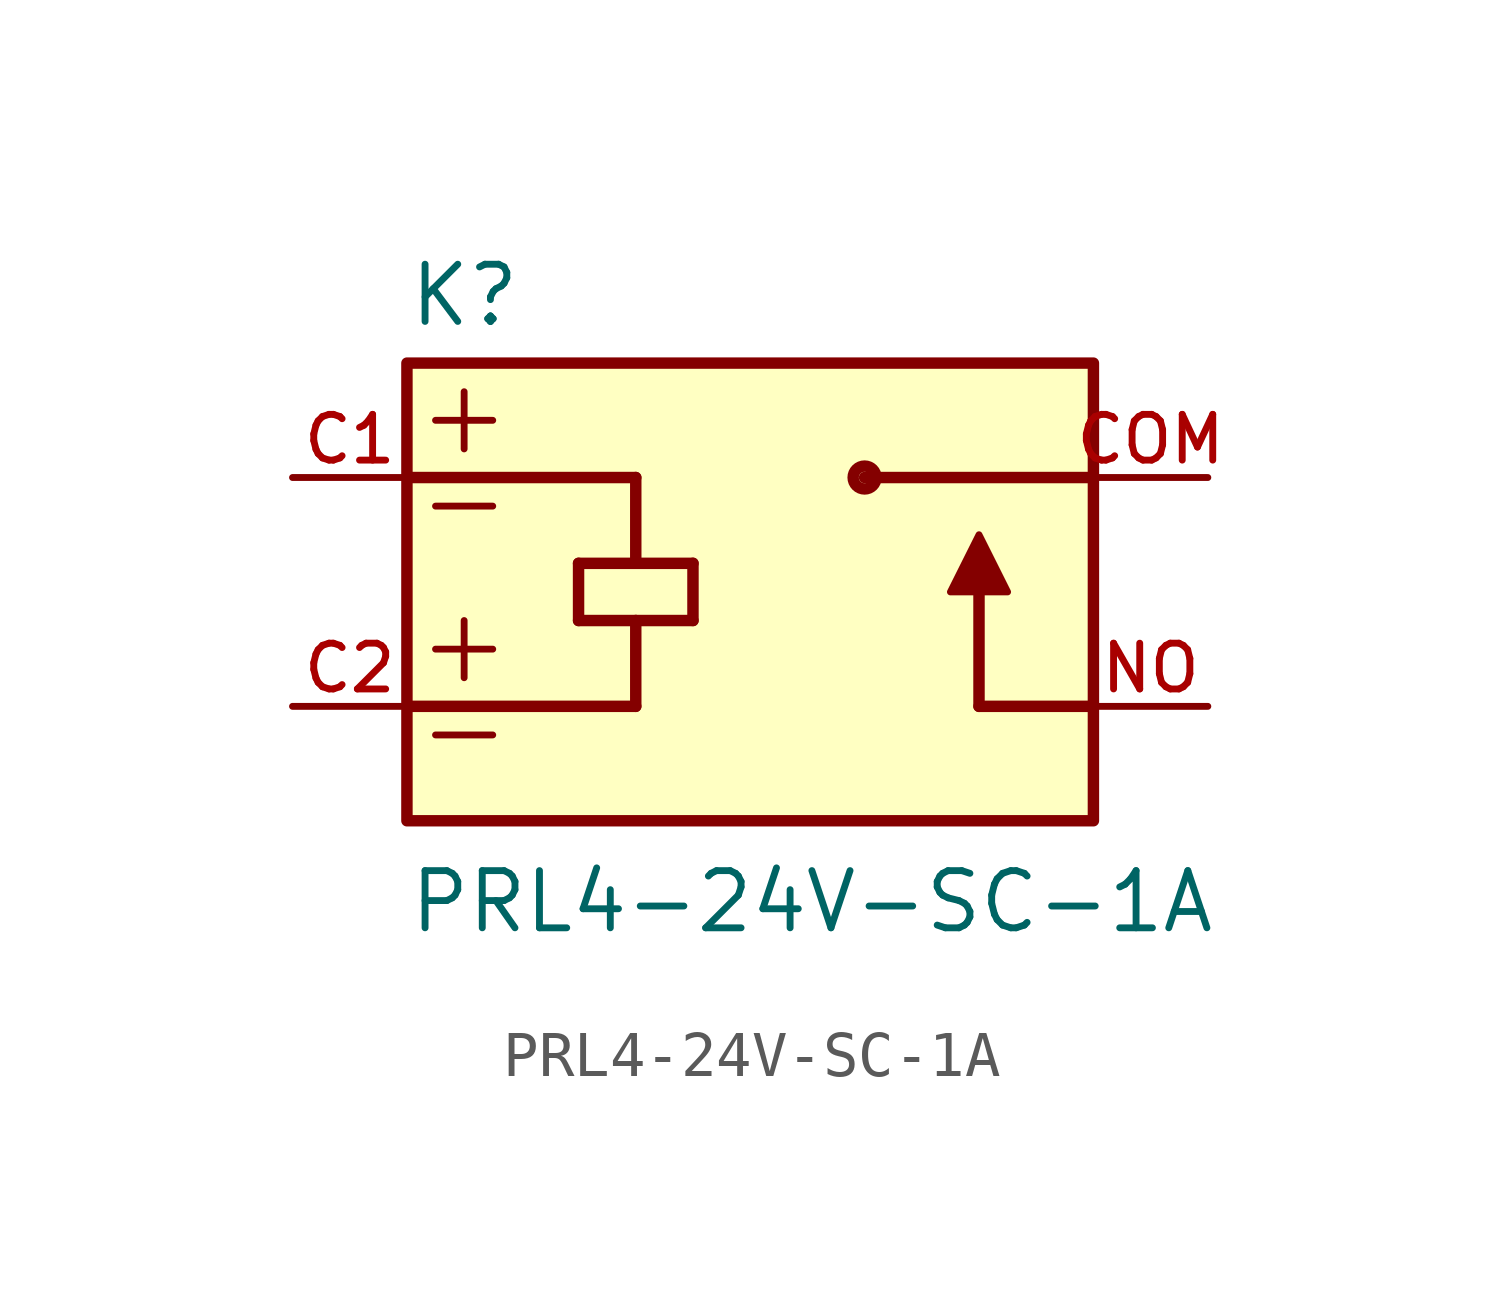
<source format=kicad_sym>
(kicad_symbol_lib
  (version 20211014)
  (generator kicad_symbol_editor)
  (symbol "PRL4-24V-SC-1A"
    (pin_names
      (offset 1.016))
    (property "Reference" "K"
      (at -7.62 5.842 0)
      (effects (font (size 1.27 1.27)) (justify bottom left)))
    (property "Value" "PRL4-24V-SC-1A"
      (at -7.62 -7.62 0)
      (effects (font (size 1.27 1.27)) (justify bottom left)))
    (symbol "PRL4-24V-SC-1A_0_0"
      (polyline (pts (xy 7.62 2.54) (xy 2.54 2.54)) (stroke (width 0.254)))
      (polyline (pts (xy 7.62 -2.54) (xy 5.08 -2.54)) (stroke (width 0.254)))
      (polyline (pts (xy 5.08 -2.54) (xy 5.08 0.0)) (stroke (width 0.254)))
      (polyline (pts (xy 4.445 0.0) (xy 5.715 0.0) (xy 5.08 1.27) (xy 4.445 0.0)) (stroke (width 0.152)) (fill (type outline)))
      (circle (center 2.54 2.54) (radius 0.254) (stroke (width 0.254)) (fill (type none)))
      (polyline (pts (xy -7.62 2.54) (xy -2.54 2.54)) (stroke (width 0.254)))
      (polyline (pts (xy -3.81 0.635) (xy -2.54 0.635)) (stroke (width 0.254)))
      (polyline (pts (xy -2.54 0.635) (xy -1.27 0.635)) (stroke (width 0.254)))
      (polyline (pts (xy -1.27 0.635) (xy -1.27 -0.635)) (stroke (width 0.254)))
      (polyline (pts (xy -1.27 -0.635) (xy -2.54 -0.635)) (stroke (width 0.254)))
      (polyline (pts (xy -2.54 -0.635) (xy -3.81 -0.635)) (stroke (width 0.254)))
      (polyline (pts (xy -3.81 -0.635) (xy -3.81 0.635)) (stroke (width 0.254)))
      (polyline (pts (xy -7.62 -2.54) (xy -2.54 -2.54)) (stroke (width 0.254)))
      (polyline (pts (xy -2.54 2.54) (xy -2.54 0.635)) (stroke (width 0.254)))
      (polyline (pts (xy -2.54 -0.635) (xy -2.54 -2.54)) (stroke (width 0.254)))
      (polyline (pts (xy -6.985 1.905) (xy -5.715 1.905)) (stroke (width 0.152)))
      (polyline (pts (xy -6.985 3.81) (xy -5.715 3.81)) (stroke (width 0.152)))
      (polyline (pts (xy -6.35 4.445) (xy -6.35 3.175)) (stroke (width 0.152)))
      (polyline (pts (xy -6.985 -1.27) (xy -5.715 -1.27)) (stroke (width 0.152)))
      (polyline (pts (xy -6.35 -0.635) (xy -6.35 -1.905)) (stroke (width 0.152)))
      (polyline (pts (xy -6.985 -3.175) (xy -5.715 -3.175)) (stroke (width 0.152)))
      (rectangle (start -7.62 -5.08) (end 7.62 5.08) (stroke (width 0.254)) (fill (type background)))
      (pin passive line (at 10.16 2.54 180.0) (length 2.54) (name "~" (effects (font (size 1.016 1.016)))) (number "COM" (effects (font (size 1.016 1.016)))))
      (pin passive line (at 10.16 -2.54 180.0) (length 2.54) (name "~" (effects (font (size 1.016 1.016)))) (number "NO" (effects (font (size 1.016 1.016)))))
      (pin passive line (at -10.16 2.54 0) (length 2.54) (name "~" (effects (font (size 1.016 1.016)))) (number "C1" (effects (font (size 1.016 1.016)))))
      (pin passive line (at -10.16 -2.54 0) (length 2.54) (name "~" (effects (font (size 1.016 1.016)))) (number "C2" (effects (font (size 1.016 1.016))))))))
</source>
